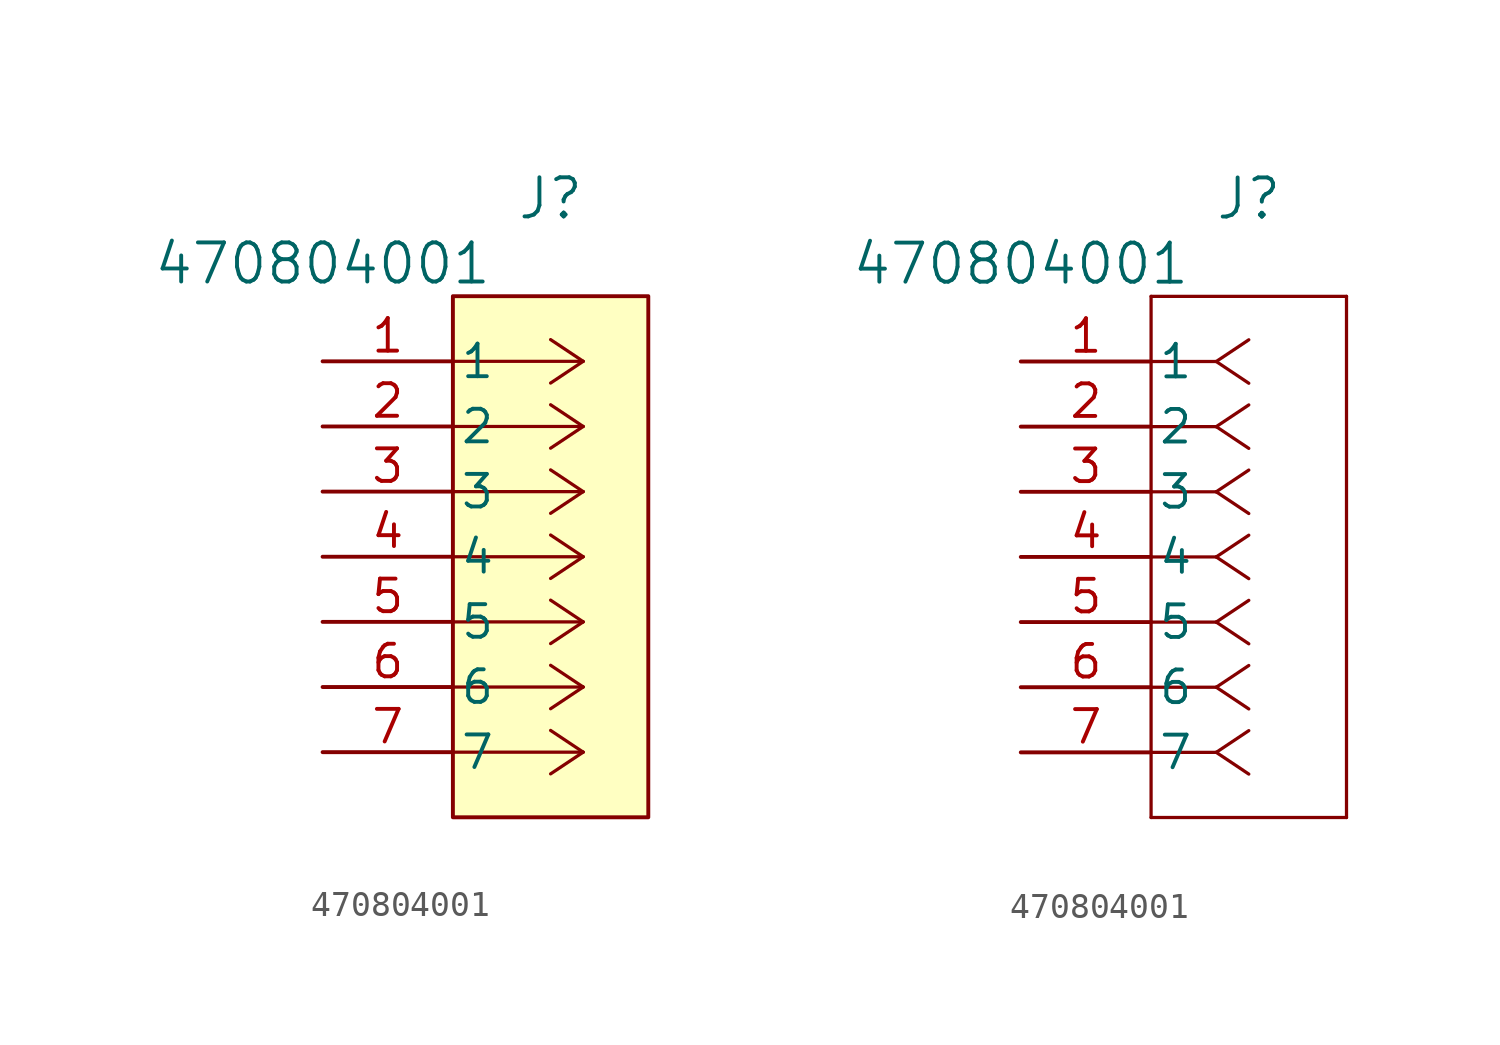
<source format=kicad_sym>
(kicad_symbol_lib
  (version 20220914)
  (generator kicad_symbol_editor)
  (symbol "470804001"
    (pin_names
      (offset 0.254))
    (property "Reference" "J"
      (at 8.89 6.35 0)
      (effects (font (size 1.524 1.524))))
    (property "Value" "470804001"
      (at 0 3.81 0)
      (effects (font (size 1.524 1.524))))
    (property "ki_locked" ""
      (at 0 0 0)
      (effects (font (size 1.27 1.27))))
    (symbol "470804001_1_1"
      (polyline (pts (xy 10.16 -15.24) (xy 5.08 -15.24)) (stroke (width 0.127) (type default)) (fill (type none)))
      (polyline (pts (xy 10.16 -15.24) (xy 8.89 -16.087)) (stroke (width 0.127) (type default)) (fill (type none)))
      (polyline (pts (xy 10.16 -15.24) (xy 8.89 -14.393)) (stroke (width 0.127) (type default)) (fill (type none)))
      (polyline (pts (xy 10.16 -12.7) (xy 5.08 -12.7)) (stroke (width 0.127) (type default)) (fill (type none)))
      (polyline (pts (xy 10.16 -12.7) (xy 8.89 -13.547)) (stroke (width 0.127) (type default)) (fill (type none)))
      (polyline (pts (xy 10.16 -12.7) (xy 8.89 -11.853)) (stroke (width 0.127) (type default)) (fill (type none)))
      (polyline (pts (xy 10.16 -10.16) (xy 5.08 -10.16)) (stroke (width 0.127) (type default)) (fill (type none)))
      (polyline (pts (xy 10.16 -10.16) (xy 8.89 -11.007)) (stroke (width 0.127) (type default)) (fill (type none)))
      (polyline (pts (xy 10.16 -10.16) (xy 8.89 -9.313)) (stroke (width 0.127) (type default)) (fill (type none)))
      (polyline (pts (xy 10.16 -7.62) (xy 5.08 -7.62)) (stroke (width 0.127) (type default)) (fill (type none)))
      (polyline (pts (xy 10.16 -7.62) (xy 8.89 -8.467)) (stroke (width 0.127) (type default)) (fill (type none)))
      (polyline (pts (xy 10.16 -7.62) (xy 8.89 -6.773)) (stroke (width 0.127) (type default)) (fill (type none)))
      (polyline (pts (xy 10.16 -5.08) (xy 5.08 -5.08)) (stroke (width 0.127) (type default)) (fill (type none)))
      (polyline (pts (xy 10.16 -5.08) (xy 8.89 -5.927)) (stroke (width 0.127) (type default)) (fill (type none)))
      (polyline (pts (xy 10.16 -5.08) (xy 8.89 -4.233)) (stroke (width 0.127) (type default)) (fill (type none)))
      (polyline (pts (xy 10.16 -2.54) (xy 5.08 -2.54)) (stroke (width 0.127) (type default)) (fill (type none)))
      (polyline (pts (xy 10.16 -2.54) (xy 8.89 -3.387)) (stroke (width 0.127) (type default)) (fill (type none)))
      (polyline (pts (xy 10.16 -2.54) (xy 8.89 -1.693)) (stroke (width 0.127) (type default)) (fill (type none)))
      (polyline (pts (xy 10.16 0) (xy 5.08 0)) (stroke (width 0.127) (type default)) (fill (type none)))
      (polyline (pts (xy 10.16 0) (xy 8.89 -0.847)) (stroke (width 0.127) (type default)) (fill (type none)))
      (polyline (pts (xy 10.16 0) (xy 8.89 0.847)) (stroke (width 0.127) (type default)) (fill (type none)))
      (rectangle (start 5.08 2.54) (end 12.7 -17.78) (stroke (width 0) (type default)) (fill (type background)))
      (pin passive line (at 0 0 0) (length 5.08) (name "1" (effects (font (size 1.27 1.27)))) (number "1" (effects (font (size 1.27 1.27)))))
      (pin passive line (at 0 -2.54 0) (length 5.08) (name "2" (effects (font (size 1.27 1.27)))) (number "2" (effects (font (size 1.27 1.27)))))
      (pin passive line (at 0 -5.08 0) (length 5.08) (name "3" (effects (font (size 1.27 1.27)))) (number "3" (effects (font (size 1.27 1.27)))))
      (pin passive line (at 0 -7.62 0) (length 5.08) (name "4" (effects (font (size 1.27 1.27)))) (number "4" (effects (font (size 1.27 1.27)))))
      (pin passive line (at 0 -10.16 0) (length 5.08) (name "5" (effects (font (size 1.27 1.27)))) (number "5" (effects (font (size 1.27 1.27)))))
      (pin passive line (at 0 -12.7 0) (length 5.08) (name "6" (effects (font (size 1.27 1.27)))) (number "6" (effects (font (size 1.27 1.27)))))
      (pin passive line (at 0 -15.24 0) (length 5.08) (name "7" (effects (font (size 1.27 1.27)))) (number "7" (effects (font (size 1.27 1.27))))))
    (symbol "470804001_1_2"
      (polyline (pts (xy 5.08 -17.78) (xy 12.7 -17.78)) (stroke (width 0.127) (type default)) (fill (type none)))
      (polyline (pts (xy 5.08 2.54) (xy 5.08 -17.78)) (stroke (width 0.127) (type default)) (fill (type none)))
      (polyline (pts (xy 7.62 -15.24) (xy 5.08 -15.24)) (stroke (width 0.127) (type default)) (fill (type none)))
      (polyline (pts (xy 7.62 -15.24) (xy 8.89 -16.087)) (stroke (width 0.127) (type default)) (fill (type none)))
      (polyline (pts (xy 7.62 -15.24) (xy 8.89 -14.393)) (stroke (width 0.127) (type default)) (fill (type none)))
      (polyline (pts (xy 7.62 -12.7) (xy 5.08 -12.7)) (stroke (width 0.127) (type default)) (fill (type none)))
      (polyline (pts (xy 7.62 -12.7) (xy 8.89 -13.547)) (stroke (width 0.127) (type default)) (fill (type none)))
      (polyline (pts (xy 7.62 -12.7) (xy 8.89 -11.853)) (stroke (width 0.127) (type default)) (fill (type none)))
      (polyline (pts (xy 7.62 -10.16) (xy 5.08 -10.16)) (stroke (width 0.127) (type default)) (fill (type none)))
      (polyline (pts (xy 7.62 -10.16) (xy 8.89 -11.007)) (stroke (width 0.127) (type default)) (fill (type none)))
      (polyline (pts (xy 7.62 -10.16) (xy 8.89 -9.313)) (stroke (width 0.127) (type default)) (fill (type none)))
      (polyline (pts (xy 7.62 -7.62) (xy 5.08 -7.62)) (stroke (width 0.127) (type default)) (fill (type none)))
      (polyline (pts (xy 7.62 -7.62) (xy 8.89 -8.467)) (stroke (width 0.127) (type default)) (fill (type none)))
      (polyline (pts (xy 7.62 -7.62) (xy 8.89 -6.773)) (stroke (width 0.127) (type default)) (fill (type none)))
      (polyline (pts (xy 7.62 -5.08) (xy 5.08 -5.08)) (stroke (width 0.127) (type default)) (fill (type none)))
      (polyline (pts (xy 7.62 -5.08) (xy 8.89 -5.927)) (stroke (width 0.127) (type default)) (fill (type none)))
      (polyline (pts (xy 7.62 -5.08) (xy 8.89 -4.233)) (stroke (width 0.127) (type default)) (fill (type none)))
      (polyline (pts (xy 7.62 -2.54) (xy 5.08 -2.54)) (stroke (width 0.127) (type default)) (fill (type none)))
      (polyline (pts (xy 7.62 -2.54) (xy 8.89 -3.387)) (stroke (width 0.127) (type default)) (fill (type none)))
      (polyline (pts (xy 7.62 -2.54) (xy 8.89 -1.693)) (stroke (width 0.127) (type default)) (fill (type none)))
      (polyline (pts (xy 7.62 0) (xy 5.08 0)) (stroke (width 0.127) (type default)) (fill (type none)))
      (polyline (pts (xy 7.62 0) (xy 8.89 -0.847)) (stroke (width 0.127) (type default)) (fill (type none)))
      (polyline (pts (xy 7.62 0) (xy 8.89 0.847)) (stroke (width 0.127) (type default)) (fill (type none)))
      (polyline (pts (xy 12.7 -17.78) (xy 12.7 2.54)) (stroke (width 0.127) (type default)) (fill (type none)))
      (polyline (pts (xy 12.7 2.54) (xy 5.08 2.54)) (stroke (width 0.127) (type default)) (fill (type none)))
      (pin unspecified line (at 0 0 0) (length 5.08) (name "1" (effects (font (size 1.27 1.27)))) (number "1" (effects (font (size 1.27 1.27)))))
      (pin unspecified line (at 0 -2.54 0) (length 5.08) (name "2" (effects (font (size 1.27 1.27)))) (number "2" (effects (font (size 1.27 1.27)))))
      (pin unspecified line (at 0 -5.08 0) (length 5.08) (name "3" (effects (font (size 1.27 1.27)))) (number "3" (effects (font (size 1.27 1.27)))))
      (pin unspecified line (at 0 -7.62 0) (length 5.08) (name "4" (effects (font (size 1.27 1.27)))) (number "4" (effects (font (size 1.27 1.27)))))
      (pin unspecified line (at 0 -10.16 0) (length 5.08) (name "5" (effects (font (size 1.27 1.27)))) (number "5" (effects (font (size 1.27 1.27)))))
      (pin unspecified line (at 0 -12.7 0) (length 5.08) (name "6" (effects (font (size 1.27 1.27)))) (number "6" (effects (font (size 1.27 1.27)))))
      (pin unspecified line (at 0 -15.24 0) (length 5.08) (name "7" (effects (font (size 1.27 1.27)))) (number "7" (effects (font (size 1.27 1.27))))))))
</source>
